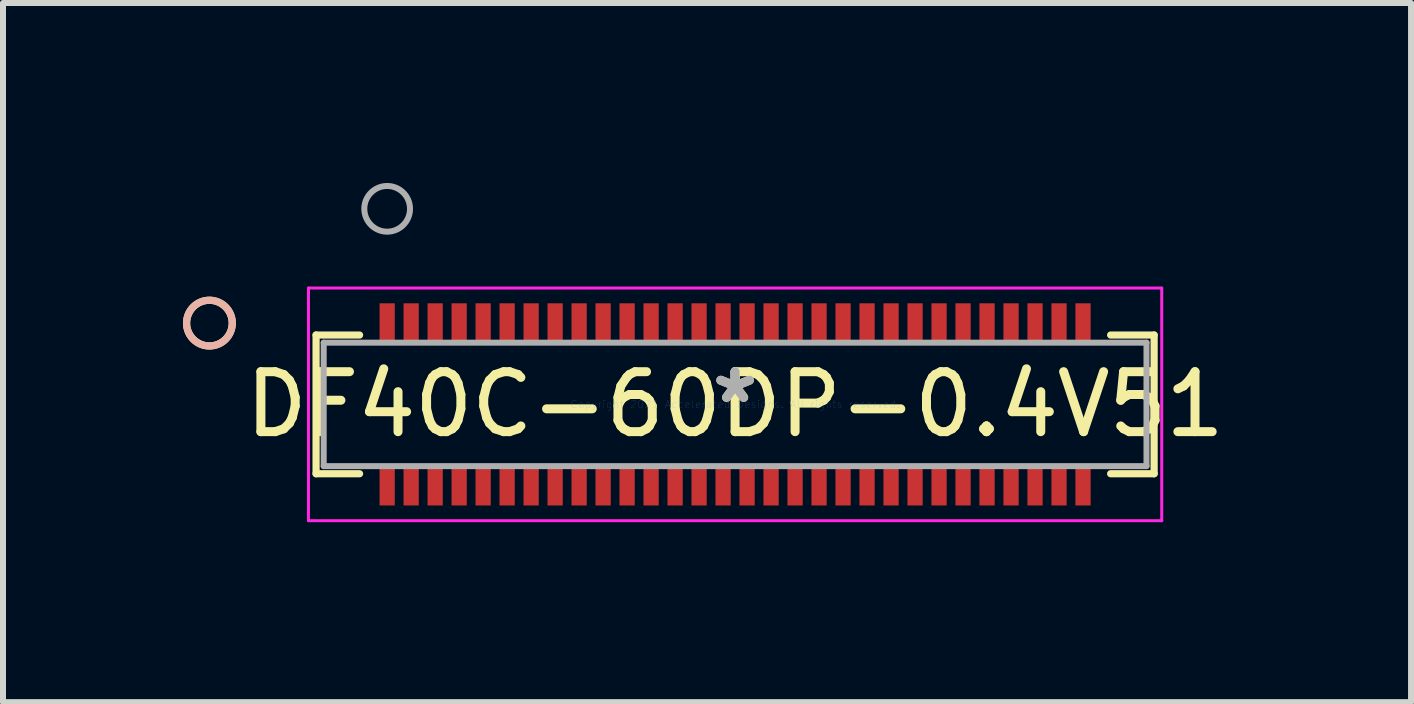
<source format=kicad_pcb>
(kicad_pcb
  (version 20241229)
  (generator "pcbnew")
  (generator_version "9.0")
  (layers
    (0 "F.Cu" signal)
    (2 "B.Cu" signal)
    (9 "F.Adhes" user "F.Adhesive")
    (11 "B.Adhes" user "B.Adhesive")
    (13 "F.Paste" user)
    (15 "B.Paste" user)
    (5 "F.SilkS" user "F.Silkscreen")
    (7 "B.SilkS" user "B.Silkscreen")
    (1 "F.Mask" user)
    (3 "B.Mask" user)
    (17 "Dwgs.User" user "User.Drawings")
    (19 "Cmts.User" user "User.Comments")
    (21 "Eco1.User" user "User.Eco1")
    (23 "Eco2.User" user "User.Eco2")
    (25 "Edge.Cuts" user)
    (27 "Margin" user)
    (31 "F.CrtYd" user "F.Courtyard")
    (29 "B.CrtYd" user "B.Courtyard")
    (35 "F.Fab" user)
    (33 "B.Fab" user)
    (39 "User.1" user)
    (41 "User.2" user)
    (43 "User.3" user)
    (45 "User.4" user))
  (footprint "DF40C-60DP-0.4V51"
    (layer "F.Cu")
    (at 9.204 3.691)
    (property "Reference" "DF40C-60DP-0.4V51" (at 0 0 0) (layer "F.SilkS") (effects (font (size 1 1) (thickness 0.15))))
    (attr through_hole)
    (fp_line (start -6.985 -1.156) (end -6.985 1.156) (stroke (width 0.12) (type solid)) (layer "F.SilkS"))
    (fp_line (start -6.985 1.156) (end -6.26 1.156) (stroke (width 0.12) (type solid)) (layer "F.SilkS"))
    (fp_line (start -6.26 -1.156) (end -6.985 -1.156) (stroke (width 0.12) (type solid)) (layer "F.SilkS"))
    (fp_line (start 6.26 1.156) (end 6.985 1.156) (stroke (width 0.12) (type solid)) (layer "F.SilkS"))
    (fp_line (start 6.985 -1.156) (end 6.26 -1.156) (stroke (width 0.12) (type solid)) (layer "F.SilkS"))
    (fp_line (start 6.985 1.156) (end 6.985 -1.156) (stroke (width 0.12) (type solid)) (layer "F.SilkS"))
    (fp_circle (center -8.763 -1.355) (end -8.382 -1.355) (stroke (width 0.12) (type solid)) (fill no) (layer "F.SilkS"))
    (fp_circle (center -8.763 -1.355) (end -8.382 -1.355) (stroke (width 0.12) (type solid)) (fill no) (layer "B.SilkS"))
    (fp_line (start -7.112 -1.939) (end -7.112 1.939) (stroke (width 0.05) (type solid)) (layer "F.CrtYd"))
    (fp_line (start -7.112 1.939) (end 7.112 1.939) (stroke (width 0.05) (type solid)) (layer "F.CrtYd"))
    (fp_line (start 7.112 -1.939) (end -7.112 -1.939) (stroke (width 0.05) (type solid)) (layer "F.CrtYd"))
    (fp_line (start 7.112 1.939) (end 7.112 -1.939) (stroke (width 0.05) (type solid)) (layer "F.CrtYd"))
    (fp_line (start -6.858 -1.029) (end -6.858 1.029) (stroke (width 0.1) (type solid)) (layer "F.Fab"))
    (fp_line (start -6.858 1.029) (end 6.858 1.029) (stroke (width 0.1) (type solid)) (layer "F.Fab"))
    (fp_line (start 6.858 -1.029) (end -6.858 -1.029) (stroke (width 0.1) (type solid)) (layer "F.Fab"))
    (fp_line (start 6.858 1.029) (end 6.858 -1.029) (stroke (width 0.1) (type solid)) (layer "F.Fab"))
    (fp_circle (center -5.8 -3.26) (end -5.419 -3.26) (stroke (width 0.1) (type solid)) (fill no) (layer "F.Fab"))
    (fp_text user "*" (at 0 0 0) (layer "F.SilkS") (effects (font (size 1 1) (thickness 0.15))))
    (fp_text user "Copyright 2021 Accelerated Designs. All rights reserved." (at 0 0 0) (layer "Cmts.User") (effects (font (size 0.127 0.127) (thickness 0.002))))
    (fp_text user "*" (at 0 0 0) (layer "F.Fab") (effects (font (size 1 1) (thickness 0.15))))
    (pad "1" smd rect (at -5.8 -1.355) (size 0.254 0.66) (layers "F.Cu" "F.Mask" "F.Paste"))
    (pad "2" smd rect (at -5.4 -1.355) (size 0.254 0.66) (layers "F.Cu" "F.Mask" "F.Paste"))
    (pad "3" smd rect (at -5 -1.355) (size 0.254 0.66) (layers "F.Cu" "F.Mask" "F.Paste"))
    (pad "4" smd rect (at -4.6 -1.355) (size 0.254 0.66) (layers "F.Cu" "F.Mask" "F.Paste"))
    (pad "5" smd rect (at -4.2 -1.355) (size 0.254 0.66) (layers "F.Cu" "F.Mask" "F.Paste"))
    (pad "6" smd rect (at -3.8 -1.355) (size 0.254 0.66) (layers "F.Cu" "F.Mask" "F.Paste"))
    (pad "7" smd rect (at -3.4 -1.355) (size 0.254 0.66) (layers "F.Cu" "F.Mask" "F.Paste"))
    (pad "8" smd rect (at -3 -1.355) (size 0.254 0.66) (layers "F.Cu" "F.Mask" "F.Paste"))
    (pad "9" smd rect (at -2.6 -1.355) (size 0.254 0.66) (layers "F.Cu" "F.Mask" "F.Paste"))
    (pad "10" smd rect (at -2.2 -1.355) (size 0.254 0.66) (layers "F.Cu" "F.Mask" "F.Paste"))
    (pad "11" smd rect (at -1.8 -1.355) (size 0.254 0.66) (layers "F.Cu" "F.Mask" "F.Paste"))
    (pad "12" smd rect (at -1.4 -1.355) (size 0.254 0.66) (layers "F.Cu" "F.Mask" "F.Paste"))
    (pad "13" smd rect (at -1 -1.355) (size 0.254 0.66) (layers "F.Cu" "F.Mask" "F.Paste"))
    (pad "14" smd rect (at -0.6 -1.355) (size 0.254 0.66) (layers "F.Cu" "F.Mask" "F.Paste"))
    (pad "15" smd rect (at -0.2 -1.355) (size 0.254 0.66) (layers "F.Cu" "F.Mask" "F.Paste"))
    (pad "16" smd rect (at 0.2 -1.355) (size 0.254 0.66) (layers "F.Cu" "F.Mask" "F.Paste"))
    (pad "17" smd rect (at 0.6 -1.355) (size 0.254 0.66) (layers "F.Cu" "F.Mask" "F.Paste"))
    (pad "18" smd rect (at 1 -1.355) (size 0.254 0.66) (layers "F.Cu" "F.Mask" "F.Paste"))
    (pad "19" smd rect (at 1.4 -1.355) (size 0.254 0.66) (layers "F.Cu" "F.Mask" "F.Paste"))
    (pad "20" smd rect (at 1.8 -1.355) (size 0.254 0.66) (layers "F.Cu" "F.Mask" "F.Paste"))
    (pad "21" smd rect (at 2.2 -1.355) (size 0.254 0.66) (layers "F.Cu" "F.Mask" "F.Paste"))
    (pad "22" smd rect (at 2.6 -1.355) (size 0.254 0.66) (layers "F.Cu" "F.Mask" "F.Paste"))
    (pad "23" smd rect (at 3 -1.355) (size 0.254 0.66) (layers "F.Cu" "F.Mask" "F.Paste"))
    (pad "24" smd rect (at 3.4 -1.355) (size 0.254 0.66) (layers "F.Cu" "F.Mask" "F.Paste"))
    (pad "25" smd rect (at 3.8 -1.355) (size 0.254 0.66) (layers "F.Cu" "F.Mask" "F.Paste"))
    (pad "26" smd rect (at 4.2 -1.355) (size 0.254 0.66) (layers "F.Cu" "F.Mask" "F.Paste"))
    (pad "27" smd rect (at 4.6 -1.355) (size 0.254 0.66) (layers "F.Cu" "F.Mask" "F.Paste"))
    (pad "28" smd rect (at 5 -1.355) (size 0.254 0.66) (layers "F.Cu" "F.Mask" "F.Paste"))
    (pad "29" smd rect (at 5.4 -1.355) (size 0.254 0.66) (layers "F.Cu" "F.Mask" "F.Paste"))
    (pad "30" smd rect (at 5.8 -1.355) (size 0.254 0.66) (layers "F.Cu" "F.Mask" "F.Paste"))
    (pad "31" smd rect (at -5.8 1.355) (size 0.254 0.66) (layers "F.Cu" "F.Mask" "F.Paste"))
    (pad "32" smd rect (at -5.4 1.355) (size 0.254 0.66) (layers "F.Cu" "F.Mask" "F.Paste"))
    (pad "33" smd rect (at -5 1.355) (size 0.254 0.66) (layers "F.Cu" "F.Mask" "F.Paste"))
    (pad "34" smd rect (at -4.6 1.355) (size 0.254 0.66) (layers "F.Cu" "F.Mask" "F.Paste"))
    (pad "35" smd rect (at -4.2 1.355) (size 0.254 0.66) (layers "F.Cu" "F.Mask" "F.Paste"))
    (pad "36" smd rect (at -3.8 1.355) (size 0.254 0.66) (layers "F.Cu" "F.Mask" "F.Paste"))
    (pad "37" smd rect (at -3.4 1.355) (size 0.254 0.66) (layers "F.Cu" "F.Mask" "F.Paste"))
    (pad "38" smd rect (at -3 1.355) (size 0.254 0.66) (layers "F.Cu" "F.Mask" "F.Paste"))
    (pad "39" smd rect (at -2.6 1.355) (size 0.254 0.66) (layers "F.Cu" "F.Mask" "F.Paste"))
    (pad "40" smd rect (at -2.2 1.355) (size 0.254 0.66) (layers "F.Cu" "F.Mask" "F.Paste"))
    (pad "41" smd rect (at -1.8 1.355) (size 0.254 0.66) (layers "F.Cu" "F.Mask" "F.Paste"))
    (pad "42" smd rect (at -1.4 1.355) (size 0.254 0.66) (layers "F.Cu" "F.Mask" "F.Paste"))
    (pad "43" smd rect (at -1 1.355) (size 0.254 0.66) (layers "F.Cu" "F.Mask" "F.Paste"))
    (pad "44" smd rect (at -0.6 1.355) (size 0.254 0.66) (layers "F.Cu" "F.Mask" "F.Paste"))
    (pad "45" smd rect (at -0.2 1.355) (size 0.254 0.66) (layers "F.Cu" "F.Mask" "F.Paste"))
    (pad "46" smd rect (at 0.2 1.355) (size 0.254 0.66) (layers "F.Cu" "F.Mask" "F.Paste"))
    (pad "47" smd rect (at 0.6 1.355) (size 0.254 0.66) (layers "F.Cu" "F.Mask" "F.Paste"))
    (pad "48" smd rect (at 1 1.355) (size 0.254 0.66) (layers "F.Cu" "F.Mask" "F.Paste"))
    (pad "49" smd rect (at 1.4 1.355) (size 0.254 0.66) (layers "F.Cu" "F.Mask" "F.Paste"))
    (pad "50" smd rect (at 1.8 1.355) (size 0.254 0.66) (layers "F.Cu" "F.Mask" "F.Paste"))
    (pad "51" smd rect (at 2.2 1.355) (size 0.254 0.66) (layers "F.Cu" "F.Mask" "F.Paste"))
    (pad "52" smd rect (at 2.6 1.355) (size 0.254 0.66) (layers "F.Cu" "F.Mask" "F.Paste"))
    (pad "53" smd rect (at 3 1.355) (size 0.254 0.66) (layers "F.Cu" "F.Mask" "F.Paste"))
    (pad "54" smd rect (at 3.4 1.355) (size 0.254 0.66) (layers "F.Cu" "F.Mask" "F.Paste"))
    (pad "55" smd rect (at 3.8 1.355) (size 0.254 0.66) (layers "F.Cu" "F.Mask" "F.Paste"))
    (pad "56" smd rect (at 4.2 1.355) (size 0.254 0.66) (layers "F.Cu" "F.Mask" "F.Paste"))
    (pad "57" smd rect (at 4.6 1.355) (size 0.254 0.66) (layers "F.Cu" "F.Mask" "F.Paste"))
    (pad "58" smd rect (at 5 1.355) (size 0.254 0.66) (layers "F.Cu" "F.Mask" "F.Paste"))
    (pad "59" smd rect (at 5.4 1.355) (size 0.254 0.66) (layers "F.Cu" "F.Mask" "F.Paste"))
    (pad "60" smd rect (at 5.8 1.355) (size 0.254 0.66) (layers "F.Cu" "F.Mask" "F.Paste")))
  (gr_rect
    (start -3 -3)
    (end 20.472 8.655)
    (stroke (width 0.1) (type default))
    (fill no)
    (layer "Edge.Cuts")))
</source>
